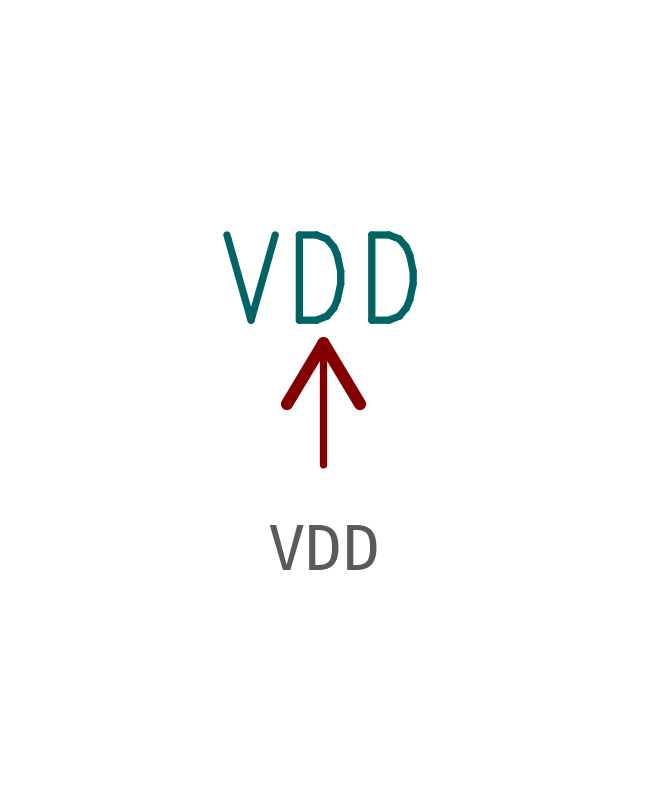
<source format=kicad_sym>
(kicad_symbol_lib
  (version 20211014)
  (generator kicad_symbol_editor)
  (symbol "VDD"
    (power)
    (property "Reference" "#SUPPLY"
      (at 0 0 0)
      (effects (font (size 1.27 1.27)) hide))
    (property "Value" "VDD"
      (at 0 2.794 0)
      (effects (font (size 1.778 1.511)) (justify bottom)))
    (property "ki_locked" ""
      (at 0 0 0)
      (effects (font (size 1.27 1.27))))
    (symbol "VDD_1_0"
      (polyline (pts (xy 0 2.54) (xy -0.762 1.27)) (stroke (width 0.254) (type default) (color 0 0 0 0)) (fill (type none)))
      (polyline (pts (xy 0.762 1.27) (xy 0 2.54)) (stroke (width 0.254) (type default) (color 0 0 0 0)) (fill (type none)))
      (pin power_in line (at 0 0 90) (length 2.54) (name "VDD" (effects (font (size 0 0)))) (number "1" (effects (font (size 0 0))))))))
</source>
